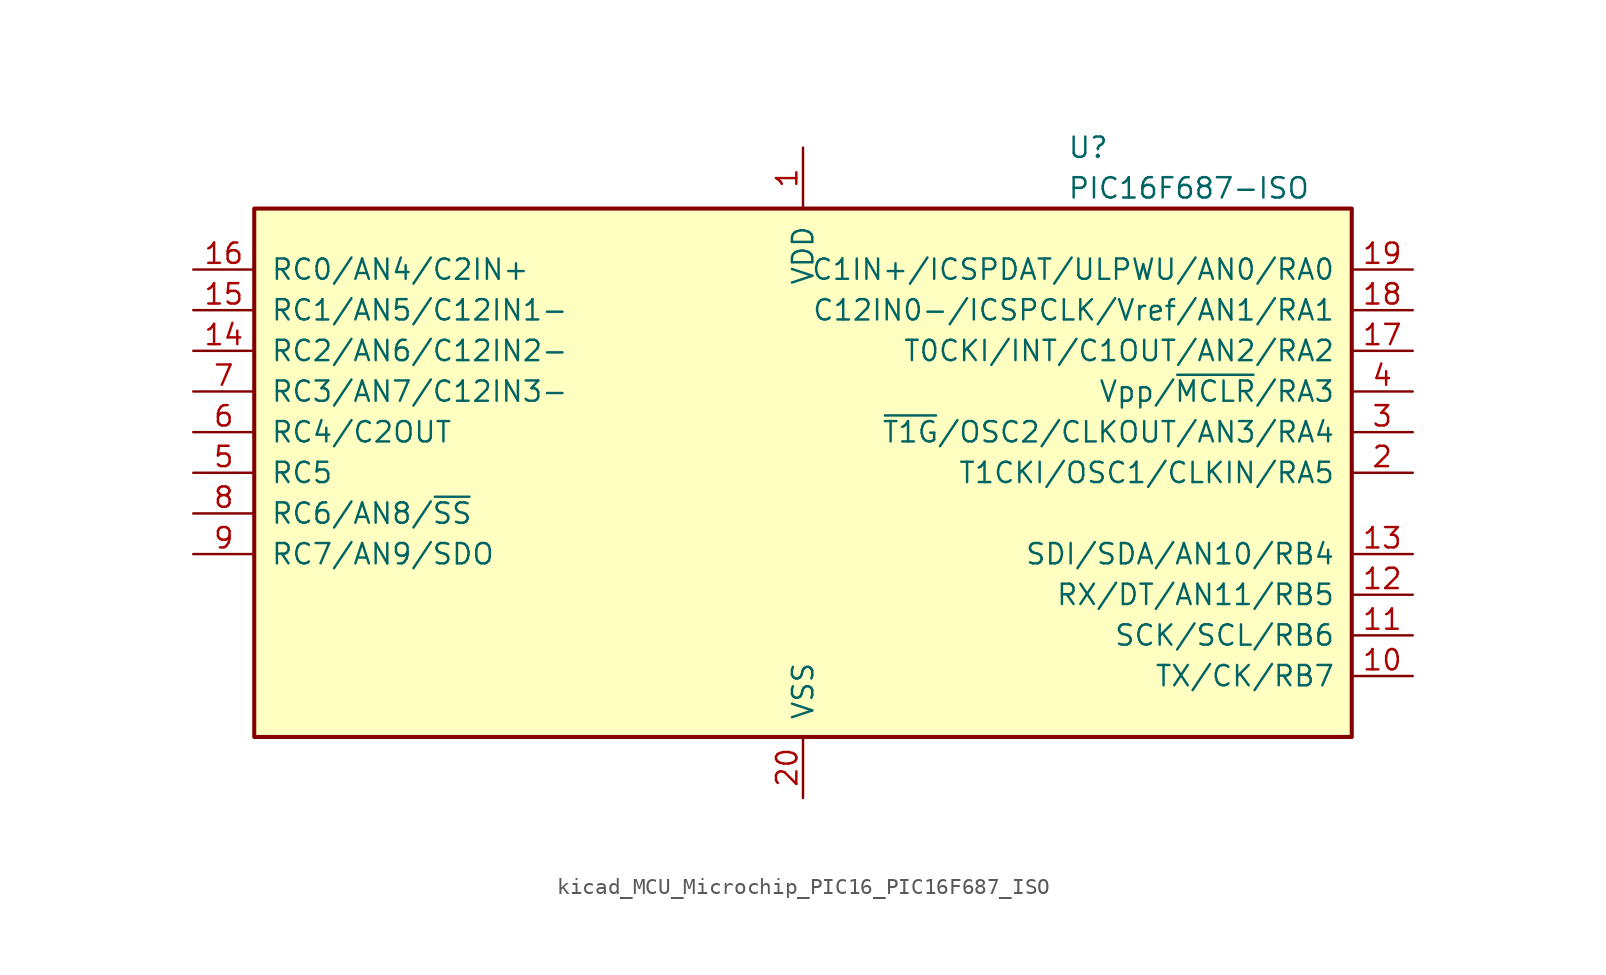
<source format=kicad_sym>
(kicad_symbol_lib
  (version 20220914)
  (generator kicad_symbol_editor)
  (symbol "kicad_MCU_Microchip_PIC16_PIC16F687_ISO"
    (pin_names
      (offset 1.016))
    (property "Reference" "U"
      (at 16.51 20.32 0)
      (effects (font (size 1.27 1.27)) (justify left)))
    (property "Value" "PIC16F687-ISO"
      (at 16.51 17.78 0)
      (effects (font (size 1.27 1.27)) (justify left)))
    (symbol "kicad_MCU_Microchip_PIC16_PIC16F687_ISO_0_1"
      (rectangle (start -34.29 16.51) (end 34.29 -16.51) (stroke (width 0.254) (type default)) (fill (type background))))
    (symbol "kicad_MCU_Microchip_PIC16_PIC16F687_ISO_1_1"
      (pin power_in line (at 0 20.32 270) (length 3.81) (name "VDD" (effects (font (size 1.27 1.27)))) (number "1" (effects (font (size 1.27 1.27)))))
      (pin bidirectional line (at 38.1 -12.7 180) (length 3.81) (name "TX/CK/RB7" (effects (font (size 1.27 1.27)))) (number "10" (effects (font (size 1.27 1.27)))))
      (pin bidirectional line (at 38.1 -10.16 180) (length 3.81) (name "SCK/SCL/RB6" (effects (font (size 1.27 1.27)))) (number "11" (effects (font (size 1.27 1.27)))))
      (pin bidirectional line (at 38.1 -7.62 180) (length 3.81) (name "RX/DT/AN11/RB5" (effects (font (size 1.27 1.27)))) (number "12" (effects (font (size 1.27 1.27)))))
      (pin bidirectional line (at 38.1 -5.08 180) (length 3.81) (name "SDI/SDA/AN10/RB4" (effects (font (size 1.27 1.27)))) (number "13" (effects (font (size 1.27 1.27)))))
      (pin bidirectional line (at -38.1 7.62 0) (length 3.81) (name "RC2/AN6/C12IN2-" (effects (font (size 1.27 1.27)))) (number "14" (effects (font (size 1.27 1.27)))))
      (pin bidirectional line (at -38.1 10.16 0) (length 3.81) (name "RC1/AN5/C12IN1-" (effects (font (size 1.27 1.27)))) (number "15" (effects (font (size 1.27 1.27)))))
      (pin bidirectional line (at -38.1 12.7 0) (length 3.81) (name "RC0/AN4/C2IN+" (effects (font (size 1.27 1.27)))) (number "16" (effects (font (size 1.27 1.27)))))
      (pin bidirectional line (at 38.1 7.62 180) (length 3.81) (name "T0CKI/INT/C1OUT/AN2/RA2" (effects (font (size 1.27 1.27)))) (number "17" (effects (font (size 1.27 1.27)))))
      (pin bidirectional line (at 38.1 10.16 180) (length 3.81) (name "C12IN0-/ICSPCLK/Vref/AN1/RA1" (effects (font (size 1.27 1.27)))) (number "18" (effects (font (size 1.27 1.27)))))
      (pin bidirectional line (at 38.1 12.7 180) (length 3.81) (name "C1IN+/ICSPDAT/ULPWU/AN0/RA0" (effects (font (size 1.27 1.27)))) (number "19" (effects (font (size 1.27 1.27)))))
      (pin bidirectional line (at 38.1 0 180) (length 3.81) (name "T1CKI/OSC1/CLKIN/RA5" (effects (font (size 1.27 1.27)))) (number "2" (effects (font (size 1.27 1.27)))))
      (pin power_in line (at 0 -20.32 90) (length 3.81) (name "VSS" (effects (font (size 1.27 1.27)))) (number "20" (effects (font (size 1.27 1.27)))))
      (pin bidirectional line (at 38.1 2.54 180) (length 3.81) (name "~{T1G}/OSC2/CLKOUT/AN3/RA4" (effects (font (size 1.27 1.27)))) (number "3" (effects (font (size 1.27 1.27)))))
      (pin input line (at 38.1 5.08 180) (length 3.81) (name "Vpp/~{MCLR}/RA3" (effects (font (size 1.27 1.27)))) (number "4" (effects (font (size 1.27 1.27)))))
      (pin bidirectional line (at -38.1 0 0) (length 3.81) (name "RC5" (effects (font (size 1.27 1.27)))) (number "5" (effects (font (size 1.27 1.27)))))
      (pin bidirectional line (at -38.1 2.54 0) (length 3.81) (name "RC4/C2OUT" (effects (font (size 1.27 1.27)))) (number "6" (effects (font (size 1.27 1.27)))))
      (pin bidirectional line (at -38.1 5.08 0) (length 3.81) (name "RC3/AN7/C12IN3-" (effects (font (size 1.27 1.27)))) (number "7" (effects (font (size 1.27 1.27)))))
      (pin bidirectional line (at -38.1 -2.54 0) (length 3.81) (name "RC6/AN8/~{SS}" (effects (font (size 1.27 1.27)))) (number "8" (effects (font (size 1.27 1.27)))))
      (pin bidirectional line (at -38.1 -5.08 0) (length 3.81) (name "RC7/AN9/SDO" (effects (font (size 1.27 1.27)))) (number "9" (effects (font (size 1.27 1.27))))))))
</source>
